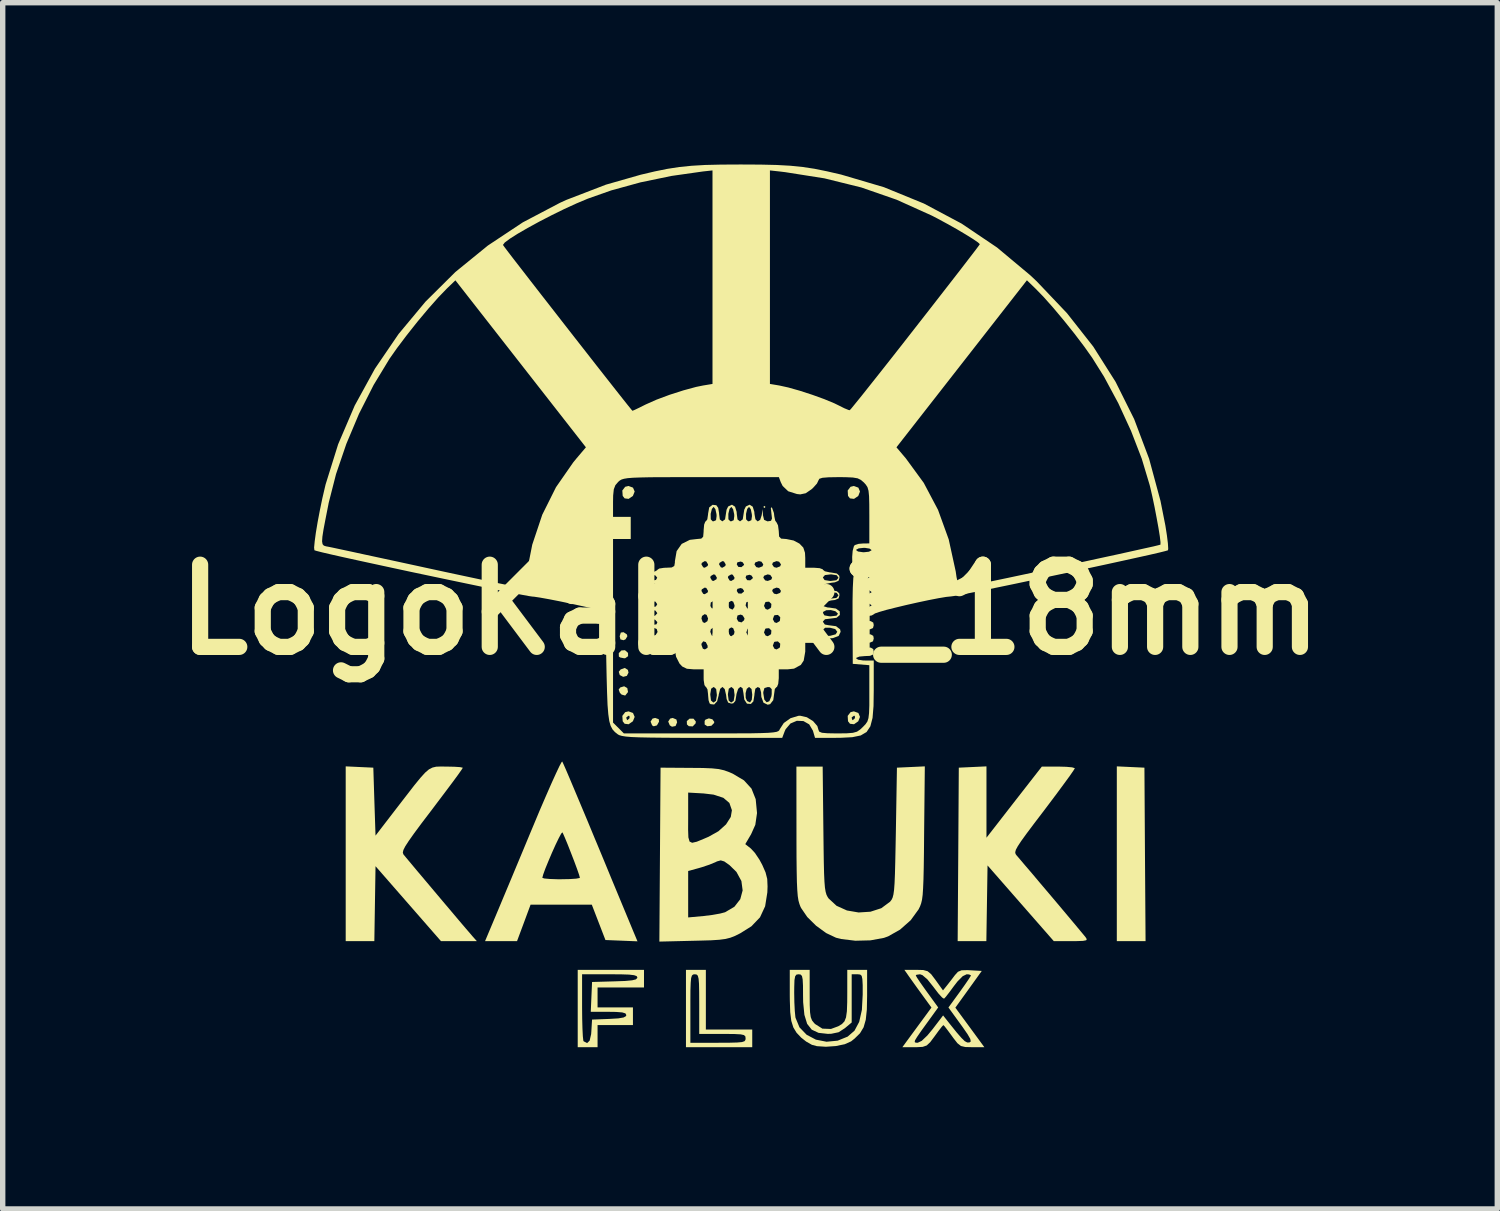
<source format=kicad_pcb>
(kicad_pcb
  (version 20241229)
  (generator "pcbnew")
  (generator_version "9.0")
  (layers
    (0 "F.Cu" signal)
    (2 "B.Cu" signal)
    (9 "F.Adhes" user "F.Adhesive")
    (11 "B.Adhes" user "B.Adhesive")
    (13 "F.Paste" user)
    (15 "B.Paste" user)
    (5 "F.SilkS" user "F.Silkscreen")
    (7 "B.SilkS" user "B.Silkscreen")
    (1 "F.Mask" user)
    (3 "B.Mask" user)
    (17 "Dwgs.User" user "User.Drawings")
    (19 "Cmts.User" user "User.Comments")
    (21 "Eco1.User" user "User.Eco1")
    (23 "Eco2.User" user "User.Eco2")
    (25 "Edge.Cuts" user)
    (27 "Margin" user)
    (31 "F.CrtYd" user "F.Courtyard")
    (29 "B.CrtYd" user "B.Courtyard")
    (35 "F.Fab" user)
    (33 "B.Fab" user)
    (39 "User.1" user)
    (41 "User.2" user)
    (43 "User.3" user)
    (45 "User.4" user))
  (footprint "LogoKabuki_18mm"
    (layer "F.Cu")
    (at 10.857 8.255)
    (property "Reference" "LogoKabuki_18mm" (at 0 0 0) (layer "F.SilkS") (effects (font (size 1.524 1.524) (thickness 0.3))))
    (attr board_only exclude_from_pos_files exclude_from_bom)
    (fp_poly (pts (xy 0.287 -1.905) (xy 0.266 -1.885) (xy 0.246 -1.905) (xy 0.266 -1.925)) (stroke (width 0) (type solid)) (fill yes) (layer "F.SilkS"))
    (fp_poly (pts (xy 7.057 2.917) (xy 7.313 2.929) (xy 7.323 4.537) (xy 7.334 6.145) (xy 6.801 6.145) (xy 6.801 2.905)) (stroke (width 0) (type solid)) (fill yes) (layer "F.SilkS"))
    (fp_poly (pts (xy -2.284 0.458) (xy -2.274 0.492) (xy -2.308 0.549) (xy -2.345 0.566) (xy -2.403 0.551) (xy -2.417 0.492) (xy -2.396 0.424) (xy -2.345 0.417)) (stroke (width 0) (type solid)) (fill yes) (layer "F.SilkS"))
    (fp_poly (pts (xy -2.265 1.116) (xy -2.253 1.166) (xy -2.284 1.227) (xy -2.352 1.245) (xy -2.415 1.212) (xy -2.434 1.151) (xy -2.399 1.108) (xy -2.322 1.08)) (stroke (width 0) (type solid)) (fill yes) (layer "F.SilkS"))
    (fp_poly (pts (xy -1.693 2.03) (xy -1.687 2.076) (xy -1.726 2.145) (xy -1.786 2.162) (xy -1.815 2.145) (xy -1.844 2.075) (xy -1.808 2.019) (xy -1.759 2.007)) (stroke (width 0) (type solid)) (fill yes) (layer "F.SilkS"))
    (fp_poly (pts (xy -1.365 2.036) (xy -1.352 2.089) (xy -1.381 2.157) (xy -1.447 2.17) (xy -1.488 2.144) (xy -1.517 2.074) (xy -1.481 2.019) (xy -1.434 2.007)) (stroke (width 0) (type solid)) (fill yes) (layer "F.SilkS"))
    (fp_poly (pts (xy -1.005 2.073) (xy -1.009 2.108) (xy -1.063 2.164) (xy -1.135 2.16) (xy -1.17 2.127) (xy -1.172 2.065) (xy -1.122 2.021) (xy -1.048 2.021)) (stroke (width 0) (type solid)) (fill yes) (layer "F.SilkS"))
    (fp_poly (pts (xy -2.276 1.453) (xy -2.263 1.521) (xy -2.266 1.532) (xy -2.315 1.592) (xy -2.381 1.574) (xy -2.413 1.542) (xy -2.436 1.481) (xy -2.406 1.442) (xy -2.334 1.42)) (stroke (width 0) (type solid)) (fill yes) (layer "F.SilkS"))
    (fp_poly (pts (xy -2.262 0.801) (xy -2.261 0.862) (xy -2.313 0.899) (xy -2.333 0.901) (xy -2.408 0.886) (xy -2.432 0.869) (xy -2.434 0.806) (xy -2.386 0.756) (xy -2.319 0.751)) (stroke (width 0) (type solid)) (fill yes) (layer "F.SilkS"))
    (fp_poly (pts (xy -2.17 -2.263) (xy -2.139 -2.191) (xy -2.172 -2.109) (xy -2.251 -2.055) (xy -2.325 -2.064) (xy -2.361 -2.11) (xy -2.368 -2.21) (xy -2.315 -2.279) (xy -2.253 -2.294)) (stroke (width 0) (type solid)) (fill yes) (layer "F.SilkS"))
    (fp_poly (pts (xy -0.697 2.033) (xy -0.663 2.08) (xy -0.666 2.1) (xy -0.716 2.152) (xy -0.791 2.161) (xy -0.841 2.129) (xy -0.842 2.063) (xy -0.827 2.039) (xy -0.763 2.015)) (stroke (width 0) (type solid)) (fill yes) (layer "F.SilkS"))
    (fp_poly (pts (xy 2.009 -2.263) (xy 2.039 -2.191) (xy 2.007 -2.109) (xy 1.928 -2.055) (xy 1.853 -2.064) (xy 1.817 -2.11) (xy 1.811 -2.21) (xy 1.864 -2.279) (xy 1.925 -2.294)) (stroke (width 0) (type solid)) (fill yes) (layer "F.SilkS"))
    (fp_poly (pts (xy -2.17 1.915) (xy -2.139 1.988) (xy -2.172 2.069) (xy -2.251 2.124) (xy -2.325 2.115) (xy -2.361 2.069) (xy -2.365 2.007) (xy -2.294 2.007) (xy -2.28 2.047) (xy -2.276 2.048) (xy -2.241 2.02) (xy -2.233 2.007) (xy -2.236 1.97) (xy -2.251 1.966) (xy -2.293 1.996) (xy -2.294 2.007) (xy -2.365 2.007) (xy -2.368 1.969) (xy -2.315 1.9) (xy -2.253 1.885)) (stroke (width 0) (type solid)) (fill yes) (layer "F.SilkS"))
    (fp_poly (pts (xy 2.009 1.915) (xy 2.039 1.988) (xy 2.007 2.069) (xy 1.928 2.124) (xy 1.853 2.115) (xy 1.817 2.069) (xy 1.813 2.007) (xy 1.885 2.007) (xy 1.898 2.047) (xy 1.903 2.048) (xy 1.938 2.02) (xy 1.946 2.007) (xy 1.943 1.97) (xy 1.928 1.966) (xy 1.886 1.996) (xy 1.885 2.007) (xy 1.813 2.007) (xy 1.811 1.969) (xy 1.864 1.9) (xy 1.925 1.885)) (stroke (width 0) (type solid)) (fill yes) (layer "F.SilkS"))
    (fp_poly (pts (xy -0.819 7.784) (xy 0.041 7.784) (xy 0.041 8.112) (xy -1.188 8.112) (xy -1.188 8.03) (xy -1.106 8.03) (xy -0.594 8.03) (xy -0.382 8.029) (xy -0.238 8.025) (xy -0.149 8.017) (xy -0.102 8.001) (xy -0.085 7.976) (xy -0.082 7.948) (xy -0.087 7.911) (xy -0.113 7.887) (xy -0.174 7.874) (xy -0.284 7.868) (xy -0.458 7.866) (xy -0.512 7.866) (xy -0.942 7.866) (xy -0.942 7.313) (xy -0.943 7.091) (xy -0.946 6.937) (xy -0.954 6.841) (xy -0.968 6.787) (xy -0.99 6.765) (xy -1.023 6.76) (xy -1.024 6.76) (xy -1.055 6.764) (xy -1.077 6.783) (xy -1.092 6.831) (xy -1.1 6.918) (xy -1.105 7.057) (xy -1.106 7.26) (xy -1.106 7.395) (xy -1.106 8.03) (xy -1.188 8.03) (xy -1.188 6.678) (xy -0.819 6.678)) (stroke (width 0) (type solid)) (fill yes) (layer "F.SilkS"))
    (fp_poly (pts (xy -1.966 7.005) (xy -2.827 7.005) (xy -2.827 7.374) (xy -2.171 7.374) (xy -2.171 7.702) (xy -2.827 7.702) (xy -2.827 8.112) (xy -3.195 8.112) (xy -3.195 7.367) (xy -3.114 7.367) (xy -3.112 7.583) (xy -3.107 7.768) (xy -3.1 7.909) (xy -3.091 7.99) (xy -3.086 8.002) (xy -3.021 8.036) (xy -2.974 7.991) (xy -2.946 7.87) (xy -2.942 7.815) (xy -2.929 7.6) (xy -2.612 7.588) (xy -2.444 7.578) (xy -2.344 7.561) (xy -2.3 7.536) (xy -2.294 7.516) (xy -2.311 7.485) (xy -2.371 7.467) (xy -2.487 7.458) (xy -2.624 7.456) (xy -2.953 7.456) (xy -2.941 7.18) (xy -2.929 6.903) (xy -2.509 6.891) (xy -2.314 6.884) (xy -2.187 6.872) (xy -2.117 6.855) (xy -2.091 6.829) (xy -2.089 6.82) (xy -2.102 6.794) (xy -2.15 6.777) (xy -2.243 6.766) (xy -2.395 6.761) (xy -2.601 6.76) (xy -3.114 6.76) (xy -3.114 7.367) (xy -3.195 7.367) (xy -3.195 6.678) (xy -1.966 6.678)) (stroke (width 0) (type solid)) (fill yes) (layer "F.SilkS"))
    (fp_poly (pts (xy 4.384 4.228) (xy 4.897 3.568) (xy 5.411 2.909) (xy 5.717 2.909) (xy 5.863 2.913) (xy 5.971 2.923) (xy 6.021 2.938) (xy 6.022 2.941) (xy 5.998 2.981) (xy 5.932 3.077) (xy 5.829 3.218) (xy 5.697 3.397) (xy 5.544 3.601) (xy 5.449 3.727) (xy 5.266 3.967) (xy 5.128 4.151) (xy 5.029 4.288) (xy 4.965 4.385) (xy 4.929 4.452) (xy 4.917 4.498) (xy 4.924 4.53) (xy 4.945 4.559) (xy 4.951 4.565) (xy 5.004 4.627) (xy 5.098 4.738) (xy 5.225 4.886) (xy 5.373 5.062) (xy 5.535 5.253) (xy 5.699 5.447) (xy 5.856 5.634) (xy 5.997 5.802) (xy 6.112 5.94) (xy 6.191 6.035) (xy 6.222 6.073) (xy 6.244 6.109) (xy 6.232 6.13) (xy 6.173 6.141) (xy 6.054 6.145) (xy 5.955 6.145) (xy 5.632 6.145) (xy 5.018 5.444) (xy 4.404 4.742) (xy 4.393 5.444) (xy 4.382 6.145) (xy 3.85 6.145) (xy 3.861 4.537) (xy 3.871 2.929) (xy 4.128 2.917) (xy 4.384 2.905)) (stroke (width 0) (type solid)) (fill yes) (layer "F.SilkS"))
    (fp_poly (pts (xy -7.241 2.917) (xy -6.985 2.929) (xy -6.965 3.559) (xy -6.944 4.189) (xy -6.555 3.683) (xy -6.368 3.441) (xy -6.224 3.255) (xy -6.112 3.118) (xy -6.025 3.022) (xy -5.954 2.961) (xy -5.888 2.927) (xy -5.82 2.911) (xy -5.741 2.908) (xy -5.64 2.909) (xy -5.629 2.909) (xy -5.483 2.912) (xy -5.376 2.919) (xy -5.327 2.93) (xy -5.326 2.932) (xy -5.35 2.97) (xy -5.416 3.064) (xy -5.519 3.204) (xy -5.651 3.38) (xy -5.805 3.584) (xy -5.902 3.713) (xy -6.088 3.957) (xy -6.228 4.146) (xy -6.327 4.286) (xy -6.392 4.386) (xy -6.427 4.455) (xy -6.438 4.502) (xy -6.429 4.533) (xy -6.425 4.539) (xy -6.38 4.594) (xy -6.292 4.699) (xy -6.171 4.844) (xy -6.025 5.017) (xy -5.865 5.207) (xy -5.7 5.403) (xy -5.54 5.592) (xy -5.395 5.764) (xy -5.274 5.906) (xy -5.186 6.008) (xy -5.148 6.053) (xy -5.066 6.145) (xy -5.731 6.145) (xy -6.337 5.451) (xy -6.944 4.756) (xy -6.966 6.145) (xy -7.497 6.145) (xy -7.497 2.905)) (stroke (width 0) (type solid)) (fill yes) (layer "F.SilkS"))
    (fp_poly (pts (xy 3.228 4.146) (xy 3.225 4.499) (xy 3.221 4.779) (xy 3.216 4.998) (xy 3.209 5.164) (xy 3.201 5.287) (xy 3.189 5.378) (xy 3.173 5.445) (xy 3.153 5.5) (xy 3.128 5.551) (xy 3.125 5.557) (xy 2.979 5.758) (xy 2.782 5.932) (xy 2.561 6.057) (xy 2.483 6.085) (xy 2.233 6.131) (xy 1.953 6.138) (xy 1.688 6.106) (xy 1.594 6.082) (xy 1.412 5.996) (xy 1.225 5.86) (xy 1.061 5.698) (xy 0.947 5.531) (xy 0.937 5.512) (xy 0.916 5.457) (xy 0.898 5.393) (xy 0.885 5.31) (xy 0.876 5.197) (xy 0.869 5.046) (xy 0.865 4.845) (xy 0.862 4.586) (xy 0.861 4.259) (xy 0.861 4.128) (xy 0.86 2.909) (xy 1.347 2.909) (xy 1.36 4.073) (xy 1.364 4.414) (xy 1.368 4.683) (xy 1.373 4.889) (xy 1.38 5.043) (xy 1.389 5.153) (xy 1.402 5.231) (xy 1.418 5.286) (xy 1.439 5.327) (xy 1.457 5.354) (xy 1.604 5.49) (xy 1.797 5.577) (xy 2.013 5.614) (xy 2.233 5.6) (xy 2.434 5.535) (xy 2.595 5.416) (xy 2.601 5.409) (xy 2.625 5.378) (xy 2.644 5.338) (xy 2.659 5.28) (xy 2.671 5.194) (xy 2.68 5.071) (xy 2.687 4.901) (xy 2.693 4.675) (xy 2.699 4.383) (xy 2.704 4.123) (xy 2.724 2.929) (xy 2.983 2.917) (xy 3.241 2.905)) (stroke (width 0) (type solid)) (fill yes) (layer "F.SilkS"))
    (fp_poly (pts (xy -3.461 2.859) (xy -3.412 2.97) (xy -3.339 3.141) (xy -3.246 3.362) (xy -3.135 3.626) (xy -3.01 3.924) (xy -2.876 4.248) (xy -2.836 4.343) (xy -2.697 4.678) (xy -2.566 4.996) (xy -2.446 5.285) (xy -2.341 5.538) (xy -2.255 5.745) (xy -2.192 5.897) (xy -2.156 5.984) (xy -2.152 5.993) (xy -2.087 6.149) (xy -2.384 6.137) (xy -2.681 6.125) (xy -2.934 5.469) (xy -4.069 5.469) (xy -4.194 5.807) (xy -4.32 6.145) (xy -4.913 6.145) (xy -4.728 5.705) (xy -4.665 5.555) (xy -4.577 5.344) (xy -4.468 5.084) (xy -4.421 4.972) (xy -3.851 4.972) (xy -3.813 4.984) (xy -3.712 4.993) (xy -3.567 4.998) (xy -3.503 4.998) (xy -3.345 4.995) (xy -3.225 4.987) (xy -3.16 4.975) (xy -3.155 4.969) (xy -3.169 4.917) (xy -3.206 4.81) (xy -3.259 4.667) (xy -3.32 4.509) (xy -3.38 4.356) (xy -3.433 4.228) (xy -3.469 4.146) (xy -3.48 4.128) (xy -3.502 4.153) (xy -3.547 4.237) (xy -3.607 4.361) (xy -3.673 4.508) (xy -3.738 4.661) (xy -3.795 4.8) (xy -3.835 4.91) (xy -3.851 4.971) (xy -3.851 4.972) (xy -4.421 4.972) (xy -4.345 4.789) (xy -4.213 4.473) (xy -4.078 4.148) (xy -4.026 4.024) (xy -3.902 3.727) (xy -3.786 3.458) (xy -3.684 3.225) (xy -3.598 3.036) (xy -3.534 2.9) (xy -3.494 2.826) (xy -3.482 2.815)) (stroke (width 0) (type solid)) (fill yes) (layer "F.SilkS"))
    (fp_poly (pts (xy -1.104 2.933) (xy -0.873 2.935) (xy -0.705 2.942) (xy -0.58 2.955) (xy -0.48 2.978) (xy -0.386 3.012) (xy -0.322 3.04) (xy -0.113 3.164) (xy 0.027 3.317) (xy 0.105 3.513) (xy 0.129 3.763) (xy 0.129 3.775) (xy 0.098 3.989) (xy 0.02 4.163) (xy -0.088 4.347) (xy 0.015 4.428) (xy 0.09 4.509) (xy 0.174 4.634) (xy 0.227 4.732) (xy 0.288 4.871) (xy 0.319 4.992) (xy 0.325 5.132) (xy 0.321 5.242) (xy 0.28 5.499) (xy 0.185 5.704) (xy 0.025 5.871) (xy -0.183 6.001) (xy -0.279 6.049) (xy -0.364 6.082) (xy -0.455 6.105) (xy -0.568 6.12) (xy -0.721 6.13) (xy -0.931 6.136) (xy -1.052 6.139) (xy -1.681 6.154) (xy -1.678 5.706) (xy -1.147 5.706) (xy -0.863 5.68) (xy -0.7 5.66) (xy -0.554 5.634) (xy -0.463 5.61) (xy -0.29 5.508) (xy -0.181 5.368) (xy -0.137 5.205) (xy -0.16 5.031) (xy -0.252 4.862) (xy -0.382 4.735) (xy -0.477 4.668) (xy -0.543 4.648) (xy -0.612 4.667) (xy -0.642 4.682) (xy -0.754 4.728) (xy -0.898 4.776) (xy -0.953 4.792) (xy -1.147 4.845) (xy -1.147 5.706) (xy -1.678 5.706) (xy -1.67 4.542) (xy -1.667 4.082) (xy -1.148 4.082) (xy -1.143 4.222) (xy -1.121 4.299) (xy -1.073 4.322) (xy -0.987 4.302) (xy -0.854 4.247) (xy -0.768 4.21) (xy -0.586 4.108) (xy -0.445 3.981) (xy -0.357 3.843) (xy -0.336 3.718) (xy -0.383 3.583) (xy -0.495 3.488) (xy -0.676 3.429) (xy -0.862 3.407) (xy -1.147 3.391) (xy -1.147 3.87) (xy -1.148 4.082) (xy -1.667 4.082) (xy -1.659 2.929)) (stroke (width 0) (type solid)) (fill yes) (layer "F.SilkS"))
    (fp_poly (pts (xy 1.106 7.13) (xy 1.107 7.33) (xy 1.113 7.466) (xy 1.126 7.555) (xy 1.15 7.616) (xy 1.189 7.665) (xy 1.207 7.683) (xy 1.342 7.768) (xy 1.5 7.774) (xy 1.636 7.724) (xy 1.704 7.683) (xy 1.751 7.633) (xy 1.78 7.559) (xy 1.796 7.446) (xy 1.802 7.278) (xy 1.803 7.105) (xy 1.803 6.678) (xy 2.171 6.678) (xy 2.171 7.163) (xy 2.166 7.415) (xy 2.146 7.603) (xy 2.106 7.743) (xy 2.039 7.854) (xy 1.938 7.953) (xy 1.874 8.004) (xy 1.756 8.057) (xy 1.59 8.091) (xy 1.407 8.104) (xy 1.24 8.093) (xy 1.147 8.068) (xy 1.04 8.007) (xy 0.949 7.935) (xy 0.862 7.843) (xy 0.803 7.745) (xy 0.765 7.624) (xy 0.745 7.461) (xy 0.738 7.24) (xy 0.737 7.151) (xy 0.737 7.103) (xy 0.819 7.103) (xy 0.822 7.279) (xy 0.83 7.439) (xy 0.841 7.552) (xy 0.844 7.568) (xy 0.917 7.744) (xy 1.049 7.881) (xy 1.221 7.972) (xy 1.419 8.011) (xy 1.625 7.991) (xy 1.81 7.916) (xy 1.937 7.806) (xy 2.024 7.643) (xy 2.074 7.421) (xy 2.089 7.136) (xy 2.089 6.959) (xy 2.083 6.849) (xy 2.07 6.789) (xy 2.043 6.765) (xy 1.999 6.76) (xy 1.987 6.76) (xy 1.885 6.76) (xy 1.885 7.654) (xy 1.758 7.76) (xy 1.642 7.835) (xy 1.507 7.863) (xy 1.441 7.865) (xy 1.27 7.846) (xy 1.144 7.787) (xy 1.059 7.679) (xy 1.008 7.512) (xy 0.985 7.278) (xy 0.983 7.152) (xy 0.982 6.97) (xy 0.976 6.855) (xy 0.963 6.792) (xy 0.938 6.765) (xy 0.901 6.76) (xy 0.861 6.766) (xy 0.837 6.797) (xy 0.824 6.867) (xy 0.82 6.994) (xy 0.819 7.103) (xy 0.737 7.103) (xy 0.737 6.678) (xy 1.106 6.678)) (stroke (width 0) (type solid)) (fill yes) (layer "F.SilkS"))
    (fp_poly (pts (xy 3.211 6.681) (xy 3.292 6.703) (xy 3.358 6.758) (xy 3.439 6.865) (xy 3.441 6.868) (xy 3.578 7.059) (xy 3.652 6.967) (xy 3.734 6.862) (xy 3.8 6.775) (xy 3.855 6.714) (xy 3.923 6.686) (xy 4.034 6.683) (xy 4.085 6.686) (xy 4.297 6.698) (xy 4.052 7.039) (xy 3.807 7.379) (xy 4.076 7.745) (xy 4.345 8.112) (xy 4.118 8.112) (xy 3.992 8.109) (xy 3.911 8.09) (xy 3.846 8.039) (xy 3.77 7.942) (xy 3.745 7.907) (xy 3.666 7.8) (xy 3.608 7.725) (xy 3.585 7.702) (xy 3.556 7.732) (xy 3.494 7.812) (xy 3.425 7.907) (xy 3.341 8.019) (xy 3.276 8.08) (xy 3.202 8.106) (xy 3.09 8.112) (xy 3.051 8.112) (xy 2.825 8.112) (xy 2.894 8.017) (xy 3.053 8.017) (xy 3.072 8.028) (xy 3.109 8.03) (xy 3.183 7.995) (xy 3.288 7.895) (xy 3.386 7.777) (xy 3.58 7.523) (xy 3.705 7.681) (xy 3.832 7.839) (xy 3.921 7.941) (xy 3.981 8) (xy 4.026 8.024) (xy 4.065 8.025) (xy 4.068 8.024) (xy 4.093 8.006) (xy 4.084 7.959) (xy 4.036 7.875) (xy 3.943 7.74) (xy 3.909 7.693) (xy 3.679 7.376) (xy 3.888 7.089) (xy 3.982 6.957) (xy 4.054 6.852) (xy 4.093 6.79) (xy 4.097 6.781) (xy 4.062 6.763) (xy 4.017 6.76) (xy 3.944 6.795) (xy 3.847 6.893) (xy 3.782 6.977) (xy 3.697 7.092) (xy 3.631 7.177) (xy 3.597 7.213) (xy 3.562 7.191) (xy 3.494 7.117) (xy 3.409 7.006) (xy 3.401 6.995) (xy 3.289 6.855) (xy 3.197 6.776) (xy 3.152 6.76) (xy 3.087 6.769) (xy 3.073 6.781) (xy 3.095 6.821) (xy 3.155 6.911) (xy 3.242 7.034) (xy 3.281 7.088) (xy 3.489 7.375) (xy 3.291 7.649) (xy 3.173 7.812) (xy 3.098 7.921) (xy 3.059 7.985) (xy 3.053 8.017) (xy 2.894 8.017) (xy 3.364 7.377) (xy 3.206 7.16) (xy 3.106 7.022) (xy 3.01 6.888) (xy 2.955 6.811) (xy 2.862 6.678) (xy 3.083 6.678)) (stroke (width 0) (type solid)) (fill yes) (layer "F.SilkS"))
    (fp_poly (pts (xy 0.197 -8.253) (xy 0.495 -8.246) (xy 0.747 -8.232) (xy 0.974 -8.209) (xy 1.194 -8.176) (xy 1.425 -8.129) (xy 1.686 -8.069) (xy 1.7 -8.065) (xy 2.483 -7.834) (xy 3.224 -7.531) (xy 3.923 -7.159) (xy 4.58 -6.716) (xy 5.194 -6.203) (xy 5.316 -6.088) (xy 5.877 -5.498) (xy 6.364 -4.879) (xy 6.778 -4.225) (xy 7.123 -3.533) (xy 7.4 -2.798) (xy 7.611 -2.017) (xy 7.702 -1.557) (xy 7.73 -1.378) (xy 7.748 -1.231) (xy 7.754 -1.133) (xy 7.75 -1.102) (xy 7.704 -1.088) (xy 7.588 -1.059) (xy 7.411 -1.018) (xy 7.181 -0.967) (xy 6.909 -0.907) (xy 6.603 -0.84) (xy 6.273 -0.769) (xy 5.929 -0.695) (xy 5.58 -0.621) (xy 5.234 -0.548) (xy 4.903 -0.478) (xy 4.594 -0.414) (xy 4.318 -0.358) (xy 4.083 -0.311) (xy 3.9 -0.275) (xy 3.777 -0.253) (xy 3.725 -0.246) (xy 3.637 -0.237) (xy 3.494 -0.213) (xy 3.314 -0.178) (xy 3.111 -0.135) (xy 2.902 -0.088) (xy 2.702 -0.04) (xy 2.527 0.004) (xy 2.393 0.043) (xy 2.315 0.07) (xy 2.302 0.08) (xy 2.256 0.107) (xy 2.159 0.122) (xy 2.127 0.123) (xy 2.026 0.132) (xy 1.97 0.155) (xy 1.966 0.164) (xy 2.003 0.19) (xy 2.094 0.204) (xy 2.13 0.205) (xy 2.238 0.212) (xy 2.285 0.239) (xy 2.294 0.287) (xy 2.28 0.34) (xy 2.225 0.364) (xy 2.13 0.369) (xy 2.028 0.378) (xy 1.971 0.4) (xy 1.966 0.41) (xy 2.003 0.435) (xy 2.094 0.45) (xy 2.13 0.451) (xy 2.238 0.458) (xy 2.285 0.485) (xy 2.294 0.533) (xy 2.28 0.586) (xy 2.225 0.61) (xy 2.13 0.615) (xy 2.028 0.624) (xy 1.971 0.646) (xy 1.966 0.655) (xy 2.003 0.681) (xy 2.094 0.695) (xy 2.13 0.696) (xy 2.238 0.703) (xy 2.285 0.731) (xy 2.294 0.778) (xy 2.28 0.832) (xy 2.225 0.856) (xy 2.13 0.86) (xy 2.028 0.869) (xy 1.971 0.892) (xy 1.966 0.901) (xy 2.003 0.927) (xy 2.094 0.941) (xy 2.13 0.942) (xy 2.294 0.942) (xy 2.294 1.497) (xy 2.29 1.787) (xy 2.272 2.006) (xy 2.231 2.163) (xy 2.161 2.268) (xy 2.052 2.332) (xy 1.896 2.364) (xy 1.686 2.375) (xy 1.584 2.376) (xy 1.205 2.376) (xy 1.166 2.243) (xy 1.097 2.126) (xy 0.99 2.065) (xy 0.868 2.06) (xy 0.75 2.11) (xy 0.66 2.216) (xy 0.643 2.254) (xy 0.597 2.376) (xy -0.881 2.376) (xy -1.276 2.376) (xy -1.597 2.374) (xy -1.852 2.371) (xy -2.05 2.367) (xy -2.198 2.361) (xy -2.304 2.352) (xy -2.377 2.34) (xy -2.425 2.326) (xy -2.449 2.313) (xy -2.505 2.269) (xy -2.55 2.219) (xy -2.584 2.154) (xy -2.602 2.093) (xy -2.54 2.093) (xy -2.339 2.294) (xy -0.906 2.294) (xy -0.526 2.294) (xy -0.219 2.293) (xy 0.022 2.292) (xy 0.205 2.288) (xy 0.339 2.283) (xy 0.432 2.275) (xy 0.492 2.265) (xy 0.526 2.251) (xy 0.544 2.234) (xy 0.553 2.213) (xy 0.626 2.101) (xy 0.751 2.012) (xy 0.896 1.968) (xy 0.929 1.966) (xy 1.053 1.994) (xy 1.168 2.065) (xy 1.248 2.157) (xy 1.27 2.231) (xy 1.284 2.262) (xy 1.334 2.282) (xy 1.435 2.291) (xy 1.603 2.294) (xy 1.621 2.294) (xy 1.794 2.292) (xy 1.907 2.283) (xy 1.983 2.262) (xy 2.043 2.221) (xy 2.093 2.174) (xy 2.142 2.123) (xy 2.176 2.073) (xy 2.196 2.01) (xy 2.207 1.916) (xy 2.212 1.775) (xy 2.212 1.571) (xy 2.212 1.542) (xy 2.212 1.029) (xy 1.905 1.004) (xy 1.901 0.164) (xy 1.901 -0.082) (xy 1.966 -0.082) (xy 2.002 -0.055) (xy 2.091 -0.041) (xy 2.11 -0.041) (xy 2.205 -0.051) (xy 2.252 -0.077) (xy 2.253 -0.082) (xy 2.217 -0.109) (xy 2.129 -0.123) (xy 2.11 -0.123) (xy 2.015 -0.113) (xy 1.968 -0.087) (xy 1.966 -0.082) (xy 1.901 -0.082) (xy 1.901 -0.164) (xy 1.904 -0.328) (xy 1.966 -0.328) (xy 2.002 -0.301) (xy 2.091 -0.287) (xy 2.11 -0.287) (xy 2.205 -0.297) (xy 2.252 -0.322) (xy 2.253 -0.328) (xy 2.217 -0.355) (xy 2.129 -0.368) (xy 2.11 -0.369) (xy 2.015 -0.358) (xy 1.968 -0.333) (xy 1.966 -0.328) (xy 1.904 -0.328) (xy 1.906 -0.413) (xy 1.915 -0.585) (xy 1.916 -0.592) (xy 2.016 -0.592) (xy 2.065 -0.585) (xy 2.11 -0.584) (xy 2.194 -0.587) (xy 2.216 -0.596) (xy 2.202 -0.602) (xy 2.104 -0.609) (xy 2.039 -0.603) (xy 2.016 -0.592) (xy 1.916 -0.592) (xy 1.93 -0.682) (xy 1.942 -0.706) (xy 1.963 -0.732) (xy 1.938 -0.737) (xy 1.911 -0.773) (xy 1.9 -0.838) (xy 2.016 -0.838) (xy 2.065 -0.831) (xy 2.11 -0.83) (xy 2.194 -0.833) (xy 2.216 -0.842) (xy 2.202 -0.848) (xy 2.104 -0.855) (xy 2.039 -0.848) (xy 2.016 -0.838) (xy 1.9 -0.838) (xy 1.896 -0.863) (xy 1.894 -0.978) (xy 1.903 -1.091) (xy 1.907 -1.106) (xy 1.966 -1.106) (xy 2.002 -1.079) (xy 2.091 -1.066) (xy 2.11 -1.065) (xy 2.205 -1.075) (xy 2.252 -1.101) (xy 2.253 -1.106) (xy 2.217 -1.133) (xy 2.129 -1.147) (xy 2.11 -1.147) (xy 2.015 -1.137) (xy 1.968 -1.112) (xy 1.966 -1.106) (xy 1.907 -1.106) (xy 1.925 -1.174) (xy 1.942 -1.198) (xy 2.014 -1.221) (xy 2.1 -1.228) (xy 2.212 -1.229) (xy 2.212 -1.743) (xy 2.211 -1.958) (xy 2.207 -2.106) (xy 2.197 -2.205) (xy 2.178 -2.271) (xy 2.147 -2.319) (xy 2.112 -2.358) (xy 2.056 -2.406) (xy 1.995 -2.436) (xy 1.906 -2.451) (xy 1.77 -2.457) (xy 1.641 -2.458) (xy 1.458 -2.455) (xy 1.344 -2.446) (xy 1.286 -2.428) (xy 1.27 -2.4) (xy 1.241 -2.339) (xy 1.168 -2.258) (xy 1.139 -2.232) (xy 1.032 -2.159) (xy 0.931 -2.138) (xy 0.869 -2.145) (xy 0.708 -2.196) (xy 0.605 -2.294) (xy 0.57 -2.364) (xy 0.535 -2.458) (xy -0.908 -2.458) (xy -1.29 -2.458) (xy -1.598 -2.457) (xy -1.841 -2.456) (xy -2.028 -2.452) (xy -2.167 -2.447) (xy -2.267 -2.439) (xy -2.335 -2.428) (xy -2.382 -2.414) (xy -2.414 -2.396) (xy -2.441 -2.373) (xy -2.445 -2.369) (xy -2.497 -2.308) (xy -2.526 -2.232) (xy -2.538 -2.117) (xy -2.54 -2) (xy -2.54 -1.721) (xy -2.212 -1.721) (xy -2.212 -1.311) (xy -2.54 -1.311) (xy -2.54 2.093) (xy -2.602 2.093) (xy -2.61 2.063) (xy -2.628 1.937) (xy -2.642 1.764) (xy -2.651 1.535) (xy -2.659 1.24) (xy -2.663 1.048) (xy -2.683 0.027) (xy -3.298 -0.107) (xy -3.521 -0.154) (xy -3.725 -0.194) (xy -3.892 -0.224) (xy -4.004 -0.241) (xy -4.033 -0.243) (xy -4.096 -0.252) (xy -4.227 -0.276) (xy -4.418 -0.313) (xy -4.659 -0.361) (xy -4.941 -0.419) (xy -5.253 -0.484) (xy -5.588 -0.554) (xy -5.935 -0.627) (xy -6.286 -0.701) (xy -6.63 -0.775) (xy -6.958 -0.846) (xy -7.262 -0.912) (xy -7.531 -0.971) (xy -7.757 -1.022) (xy -7.929 -1.062) (xy -8.039 -1.09) (xy -8.077 -1.102) (xy -8.083 -1.152) (xy -8.072 -1.266) (xy -8.072 -1.267) (xy -7.935 -1.267) (xy -7.926 -1.215) (xy -7.902 -1.188) (xy -7.862 -1.175) (xy -7.818 -1.167) (xy -7.749 -1.153) (xy -7.609 -1.123) (xy -7.408 -1.08) (xy -7.155 -1.025) (xy -6.858 -0.961) (xy -6.528 -0.89) (xy -6.173 -0.813) (xy -6.022 -0.78) (xy -5.662 -0.702) (xy -5.325 -0.63) (xy -5.019 -0.565) (xy -4.754 -0.509) (xy -4.538 -0.465) (xy -4.38 -0.433) (xy -4.29 -0.416) (xy -4.273 -0.414) (xy -4.217 -0.423) (xy -4.184 -0.47) (xy -4.161 -0.574) (xy -4.157 -0.604) (xy -4.038 -1.206) (xy -3.852 -1.762) (xy -3.598 -2.271) (xy -3.277 -2.733) (xy -3.217 -2.806) (xy -3.043 -3.011) (xy 2.715 -3.011) (xy 2.889 -2.806) (xy 3.221 -2.352) (xy 3.486 -1.851) (xy 3.684 -1.304) (xy 3.814 -0.709) (xy 3.829 -0.604) (xy 3.854 -0.491) (xy 3.885 -0.421) (xy 3.902 -0.41) (xy 3.95 -0.418) (xy 4.071 -0.442) (xy 4.255 -0.48) (xy 4.494 -0.53) (xy 4.781 -0.59) (xy 5.106 -0.659) (xy 5.463 -0.735) (xy 5.772 -0.801) (xy 6.147 -0.881) (xy 6.496 -0.957) (xy 6.811 -1.025) (xy 7.086 -1.086) (xy 7.311 -1.136) (xy 7.479 -1.173) (xy 7.581 -1.198) (xy 7.61 -1.206) (xy 7.611 -1.252) (xy 7.598 -1.362) (xy 7.573 -1.518) (xy 7.539 -1.704) (xy 7.501 -1.903) (xy 7.46 -2.098) (xy 7.42 -2.273) (xy 7.409 -2.315) (xy 7.263 -2.801) (xy 7.065 -3.314) (xy 6.828 -3.829) (xy 6.564 -4.32) (xy 6.345 -4.67) (xy 6.197 -4.879) (xy 6.018 -5.115) (xy 5.821 -5.361) (xy 5.624 -5.596) (xy 5.442 -5.801) (xy 5.295 -5.952) (xy 5.134 -6.108) (xy 2.715 -3.011) (xy -3.043 -3.011) (xy -5.463 -6.107) (xy -5.624 -5.952) (xy -5.779 -5.791) (xy -5.965 -5.581) (xy -6.165 -5.342) (xy -6.364 -5.091) (xy -6.546 -4.85) (xy -6.685 -4.652) (xy -6.979 -4.167) (xy -7.25 -3.633) (xy -7.485 -3.075) (xy -7.676 -2.515) (xy -7.813 -1.979) (xy -7.819 -1.946) (xy -7.871 -1.683) (xy -7.908 -1.49) (xy -7.929 -1.355) (xy -7.935 -1.267) (xy -8.072 -1.267) (xy -8.05 -1.43) (xy -8.017 -1.627) (xy -7.976 -1.843) (xy -7.931 -2.061) (xy -7.883 -2.267) (xy -7.87 -2.322) (xy -7.637 -3.068) (xy -7.33 -3.785) (xy -6.955 -4.469) (xy -6.516 -5.113) (xy -6.017 -5.712) (xy -5.464 -6.261) (xy -4.861 -6.752) (xy -4.843 -6.764) (xy -4.581 -6.764) (xy -4.58 -6.762) (xy -4.553 -6.724) (xy -4.482 -6.63) (xy -4.373 -6.488) (xy -4.231 -6.305) (xy -4.063 -6.088) (xy -3.875 -5.846) (xy -3.672 -5.586) (xy -3.462 -5.316) (xy -3.249 -5.043) (xy -3.039 -4.775) (xy -2.84 -4.52) (xy -2.656 -4.286) (xy -2.494 -4.08) (xy -2.359 -3.909) (xy -2.258 -3.782) (xy -2.197 -3.707) (xy -2.18 -3.688) (xy -2.141 -3.704) (xy -2.049 -3.748) (xy -1.935 -3.805) (xy -1.735 -3.894) (xy -1.491 -3.985) (xy -1.235 -4.067) (xy -0.999 -4.131) (xy -0.871 -4.157) (xy -0.696 -4.186) (xy -0.696 -8.145) (xy 0.369 -8.145) (xy 0.369 -4.186) (xy 0.543 -4.157) (xy 0.711 -4.12) (xy 0.923 -4.06) (xy 1.154 -3.985) (xy 1.375 -3.905) (xy 1.559 -3.829) (xy 1.639 -3.79) (xy 1.749 -3.735) (xy 1.827 -3.703) (xy 1.849 -3.699) (xy 1.879 -3.732) (xy 1.954 -3.824) (xy 2.07 -3.967) (xy 2.22 -4.156) (xy 2.401 -4.384) (xy 2.607 -4.645) (xy 2.833 -4.933) (xy 3.068 -5.234) (xy 3.308 -5.541) (xy 3.532 -5.829) (xy 3.735 -6.09) (xy 3.912 -6.318) (xy 4.058 -6.508) (xy 4.168 -6.651) (xy 4.237 -6.743) (xy 4.261 -6.777) (xy 4.227 -6.81) (xy 4.135 -6.873) (xy 4 -6.957) (xy 3.835 -7.055) (xy 3.655 -7.156) (xy 3.474 -7.254) (xy 3.367 -7.309) (xy 2.72 -7.601) (xy 2.064 -7.829) (xy 1.38 -7.998) (xy 0.651 -8.113) (xy 0.543 -8.126) (xy 0.369 -8.145) (xy -0.696 -8.145) (xy -0.871 -8.126) (xy -1.455 -8.043) (xy -2.03 -7.924) (xy -2.572 -7.775) (xy -3.006 -7.622) (xy -3.218 -7.533) (xy -3.447 -7.428) (xy -3.681 -7.313) (xy -3.911 -7.194) (xy -4.123 -7.078) (xy -4.308 -6.971) (xy -4.453 -6.879) (xy -4.548 -6.808) (xy -4.581 -6.764) (xy -4.843 -6.764) (xy -4.213 -7.182) (xy -3.525 -7.544) (xy -3.407 -7.598) (xy -2.672 -7.881) (xy -2.028 -8.065) (xy -1.765 -8.127) (xy -1.533 -8.174) (xy -1.313 -8.208) (xy -1.087 -8.231) (xy -0.836 -8.246) (xy -0.541 -8.253) (xy -0.184 -8.255) (xy -0.164 -8.255)) (stroke (width 0) (type solid)) (fill yes) (layer "F.SilkS"))
    (fp_poly (pts (xy 0.05 -1.91) (xy 0.08 -1.814) (xy 0.082 -1.778) (xy 0.1 -1.676) (xy 0.142 -1.637) (xy 0.188 -1.666) (xy 0.216 -1.751) (xy 0.234 -1.864) (xy 0.24 -1.751) (xy 0.261 -1.666) (xy 0.322 -1.639) (xy 0.333 -1.639) (xy 0.389 -1.648) (xy 0.407 -1.691) (xy 0.396 -1.79) (xy 0.396 -1.792) (xy 0.386 -1.884) (xy 0.398 -1.9) (xy 0.41 -1.885) (xy 0.443 -1.793) (xy 0.45 -1.733) (xy 0.467 -1.651) (xy 0.492 -1.618) (xy 0.519 -1.564) (xy 0.532 -1.464) (xy 0.533 -1.452) (xy 0.539 -1.357) (xy 0.576 -1.318) (xy 0.668 -1.311) (xy 0.67 -1.311) (xy 0.808 -1.283) (xy 0.916 -1.226) (xy 0.988 -1.151) (xy 1.019 -1.056) (xy 1.024 -0.96) (xy 1.024 -0.778) (xy 1.188 -0.778) (xy 1.291 -0.77) (xy 1.348 -0.749) (xy 1.352 -0.74) (xy 1.388 -0.712) (xy 1.478 -0.692) (xy 1.506 -0.689) (xy 1.61 -0.671) (xy 1.654 -0.631) (xy 1.659 -0.594) (xy 1.642 -0.537) (xy 1.575 -0.508) (xy 1.506 -0.499) (xy 1.394 -0.476) (xy 1.352 -0.433) (xy 1.352 -0.43) (xy 1.39 -0.386) (xy 1.498 -0.362) (xy 1.506 -0.361) (xy 1.61 -0.343) (xy 1.654 -0.304) (xy 1.659 -0.266) (xy 1.642 -0.209) (xy 1.575 -0.18) (xy 1.506 -0.172) (xy 1.401 -0.147) (xy 1.351 -0.106) (xy 1.362 -0.065) (xy 1.438 -0.041) (xy 1.465 -0.04) (xy 1.593 -0.021) (xy 1.663 0.03) (xy 1.666 0.098) (xy 1.604 0.15) (xy 1.497 0.164) (xy 1.39 0.177) (xy 1.352 0.219) (xy 1.352 0.225) (xy 1.387 0.275) (xy 1.451 0.287) (xy 1.595 0.306) (xy 1.67 0.364) (xy 1.68 0.41) (xy 1.643 0.487) (xy 1.536 0.527) (xy 1.451 0.533) (xy 1.376 0.547) (xy 1.352 0.574) (xy 1.316 0.599) (xy 1.225 0.613) (xy 1.188 0.615) (xy 1.024 0.615) (xy 1.024 0.778) (xy 0.995 0.944) (xy 0.942 1.024) (xy 0.816 1.093) (xy 0.696 1.106) (xy 0.533 1.106) (xy 0.533 1.27) (xy 0.523 1.373) (xy 0.501 1.43) (xy 0.492 1.434) (xy 0.46 1.469) (xy 0.451 1.533) (xy 0.431 1.677) (xy 0.373 1.751) (xy 0.328 1.762) (xy 0.25 1.725) (xy 0.21 1.618) (xy 0.206 1.55) (xy 0.246 1.55) (xy 0.265 1.667) (xy 0.308 1.717) (xy 0.358 1.697) (xy 0.396 1.606) (xy 0.402 1.564) (xy 0.402 1.473) (xy 0.368 1.438) (xy 0.33 1.434) (xy 0.267 1.453) (xy 0.246 1.526) (xy 0.246 1.55) (xy 0.206 1.55) (xy 0.205 1.533) (xy 0.183 1.453) (xy 0.143 1.434) (xy 0.098 1.465) (xy 0.082 1.563) (xy 0.082 1.579) (xy 0.062 1.7) (xy 0.016 1.748) (xy -0.057 1.742) (xy -0.106 1.667) (xy -0.122 1.548) (xy -0.082 1.548) (xy -0.08 1.636) (xy -0.055 1.693) (xy 0.000491 1.72) (xy 0.033 1.67) (xy 0.041 1.577) (xy 0.028 1.471) (xy -0.015 1.434) (xy -0.02 1.434) (xy -0.061 1.468) (xy -0.082 1.548) (xy -0.122 1.548) (xy -0.122 1.547) (xy -0.139 1.455) (xy -0.178 1.43) (xy -0.22 1.467) (xy -0.25 1.56) (xy -0.254 1.587) (xy -0.272 1.692) (xy -0.311 1.736) (xy -0.348 1.741) (xy -0.405 1.723) (xy -0.434 1.657) (xy -0.443 1.587) (xy -0.445 1.577) (xy -0.41 1.577) (xy -0.396 1.683) (xy -0.354 1.72) (xy -0.348 1.721) (xy -0.303 1.69) (xy -0.287 1.59) (xy -0.287 1.577) (xy -0.3 1.471) (xy -0.343 1.434) (xy -0.348 1.434) (xy -0.394 1.465) (xy -0.41 1.564) (xy -0.41 1.577) (xy -0.445 1.577) (xy -0.469 1.472) (xy -0.511 1.432) (xy -0.553 1.467) (xy -0.581 1.578) (xy -0.581 1.587) (xy -0.61 1.699) (xy -0.665 1.758) (xy -0.731 1.751) (xy -0.75 1.736) (xy -0.769 1.678) (xy -0.778 1.578) (xy -0.778 1.577) (xy -0.737 1.577) (xy -0.724 1.683) (xy -0.682 1.72) (xy -0.676 1.721) (xy -0.631 1.69) (xy -0.615 1.59) (xy -0.615 1.577) (xy -0.628 1.471) (xy -0.67 1.434) (xy -0.676 1.434) (xy -0.721 1.465) (xy -0.737 1.564) (xy -0.737 1.577) (xy -0.778 1.577) (xy -0.778 1.57) (xy -0.789 1.478) (xy -0.815 1.434) (xy -0.819 1.434) (xy -0.845 1.398) (xy -0.859 1.307) (xy -0.86 1.27) (xy -0.86 1.106) (xy -1.042 1.106) (xy -1.171 1.095) (xy -1.257 1.053) (xy -1.308 0.998) (xy -1.371 0.873) (xy -1.393 0.752) (xy -1.4 0.659) (xy -1.407 0.652) (xy -0.901 0.652) (xy -0.875 0.722) (xy -0.837 0.737) (xy -0.788 0.707) (xy -0.786 0.669) (xy -0.566 0.669) (xy -0.549 0.728) (xy -0.515 0.737) (xy -0.462 0.703) (xy -0.454 0.669) (xy -0.239 0.669) (xy -0.23 0.727) (xy -0.178 0.73) (xy -0.115 0.691) (xy -0.107 0.667) (xy 0.095 0.667) (xy 0.125 0.724) (xy 0.164 0.737) (xy 0.216 0.708) (xy 0.228 0.693) (xy 0.229 0.667) (xy 0.423 0.667) (xy 0.453 0.724) (xy 0.492 0.737) (xy 0.544 0.708) (xy 0.555 0.693) (xy 0.56 0.63) (xy 0.517 0.588) (xy 0.457 0.594) (xy 0.446 0.603) (xy 0.423 0.667) (xy 0.229 0.667) (xy 0.232 0.63) (xy 0.189 0.588) (xy 0.13 0.594) (xy 0.118 0.603) (xy 0.095 0.667) (xy -0.107 0.667) (xy -0.102 0.655) (xy -0.128 0.603) (xy -0.182 0.6) (xy -0.229 0.642) (xy -0.239 0.669) (xy -0.454 0.669) (xy -0.451 0.652) (xy -0.472 0.592) (xy -0.518 0.59) (xy -0.559 0.643) (xy -0.566 0.669) (xy -0.786 0.669) (xy -0.82 0.601) (xy -0.867 0.586) (xy -0.899 0.628) (xy -0.901 0.652) (xy -1.407 0.652) (xy -1.439 0.621) (xy -1.528 0.615) (xy -1.633 0.604) (xy -1.701 0.578) (xy -1.702 0.577) (xy -1.77 0.541) (xy -1.844 0.521) (xy -1.912 0.508) (xy -1.903 0.501) (xy -1.833 0.497) (xy -1.75 0.469) (xy -1.714 0.413) (xy -1.715 0.41) (xy -0.737 0.41) (xy -0.712 0.476) (xy -0.676 0.492) (xy -0.626 0.457) (xy -0.615 0.41) (xy -0.41 0.41) (xy -0.384 0.476) (xy -0.348 0.492) (xy -0.298 0.457) (xy -0.29 0.422) (xy -0.069 0.422) (xy -0.039 0.479) (xy 0 0.492) (xy 0.053 0.462) (xy 0.064 0.447) (xy 0.066 0.422) (xy 0.259 0.422) (xy 0.289 0.479) (xy 0.328 0.492) (xy 0.38 0.462) (xy 0.391 0.447) (xy 0.394 0.41) (xy 1.352 0.41) (xy 1.365 0.469) (xy 1.419 0.487) (xy 1.485 0.484) (xy 1.587 0.457) (xy 1.618 0.41) (xy 1.58 0.359) (xy 1.485 0.335) (xy 1.393 0.335) (xy 1.356 0.367) (xy 1.352 0.41) (xy 0.394 0.41) (xy 0.396 0.385) (xy 0.353 0.343) (xy 0.293 0.348) (xy 0.282 0.357) (xy 0.259 0.422) (xy 0.066 0.422) (xy 0.068 0.385) (xy 0.025 0.343) (xy -0.034 0.348) (xy -0.046 0.357) (xy -0.069 0.422) (xy -0.29 0.422) (xy -0.287 0.41) (xy -0.312 0.343) (xy -0.348 0.328) (xy -0.398 0.362) (xy -0.41 0.41) (xy -0.615 0.41) (xy -0.64 0.343) (xy -0.676 0.328) (xy -0.726 0.362) (xy -0.737 0.41) (xy -1.715 0.41) (xy -1.73 0.358) (xy -1.8 0.329) (xy -1.813 0.328) (xy -1.925 0.348) (xy -1.988 0.395) (xy -1.986 0.456) (xy -1.971 0.491) (xy -2.003 0.466) (xy -2.012 0.458) (xy -2.045 0.41) (xy -2.013 0.364) (xy -1.989 0.345) (xy -1.885 0.298) (xy -1.815 0.287) (xy -1.734 0.27) (xy -1.718 0.231) (xy -1.758 0.188) (xy -1.827 0.164) (xy -0.901 0.164) (xy -0.876 0.231) (xy -0.84 0.246) (xy -0.79 0.212) (xy -0.778 0.164) (xy -0.574 0.164) (xy -0.548 0.231) (xy -0.512 0.246) (xy -0.462 0.212) (xy -0.451 0.166) (xy -0.246 0.166) (xy -0.218 0.219) (xy -0.158 0.236) (xy -0.11 0.196) (xy -0.106 0.176) (xy 0.095 0.176) (xy 0.125 0.233) (xy 0.164 0.246) (xy 0.216 0.216) (xy 0.228 0.201) (xy 0.229 0.176) (xy 0.423 0.176) (xy 0.453 0.233) (xy 0.492 0.246) (xy 0.544 0.216) (xy 0.555 0.201) (xy 0.56 0.139) (xy 0.517 0.097) (xy 0.457 0.102) (xy 0.446 0.111) (xy 0.423 0.176) (xy 0.229 0.176) (xy 0.232 0.139) (xy 0.189 0.097) (xy 0.13 0.102) (xy 0.118 0.111) (xy 0.095 0.176) (xy -0.106 0.176) (xy -0.102 0.161) (xy -0.136 0.106) (xy -0.174 0.09) (xy -0.232 0.107) (xy -0.246 0.166) (xy -0.451 0.166) (xy -0.451 0.164) (xy -0.476 0.097) (xy -0.512 0.082) (xy -0.562 0.116) (xy -0.574 0.164) (xy -0.778 0.164) (xy -0.804 0.097) (xy -0.84 0.082) (xy -0.89 0.116) (xy -0.901 0.164) (xy -1.827 0.164) (xy -1.848 0.156) (xy -1.874 0.153) (xy -2.028 0.137) (xy -1.874 0.13) (xy -1.762 0.112) (xy -1.721 0.068) (xy -1.721 0.061) (xy -1.723 0.059) (xy 1.352 0.059) (xy 1.379 0.105) (xy 1.469 0.122) (xy 1.499 0.123) (xy 1.603 0.111) (xy 1.63 0.076) (xy 1.629 0.072) (xy 1.582 0.028) (xy 1.499 0.007) (xy 1.414 0.01) (xy 1.358 0.039) (xy 1.352 0.059) (xy -1.723 0.059) (xy -1.754 0.017) (xy -1.834 0.000106) (xy -1.93 0.012) (xy -2.007 0.051) (xy -2.044 0.081) (xy -2.028 0.053) (xy -2.011 0.031) (xy -1.932 -0.022) (xy -1.839 -0.041) (xy -1.745 -0.06) (xy -1.74 -0.069) (xy -0.735 -0.069) (xy -0.711 -0.028) (xy -0.661 -0.019) (xy -0.621 -0.066) (xy -0.621 -0.069) (xy -0.407 -0.069) (xy -0.382 -0.027) (xy -0.324 -0.001) (xy -0.29 -0.047) (xy -0.287 -0.08) (xy -0.082 -0.08) (xy -0.054 -0.026) (xy 0.006 -0.01) (xy 0.054 -0.05) (xy 0.058 -0.07) (xy 0.259 -0.07) (xy 0.289 -0.013) (xy 0.328 0) (xy 0.38 -0.03) (xy 0.391 -0.045) (xy 0.396 -0.107) (xy 0.353 -0.149) (xy 0.293 -0.144) (xy 0.282 -0.135) (xy 0.259 -0.07) (xy 0.058 -0.07) (xy 0.061 -0.085) (xy 0.027 -0.14) (xy -0.01 -0.156) (xy -0.068 -0.138) (xy -0.082 -0.08) (xy -0.287 -0.08) (xy -0.287 -0.082) (xy -0.312 -0.149) (xy -0.348 -0.164) (xy -0.4 -0.133) (xy -0.407 -0.069) (xy -0.621 -0.069) (xy -0.615 -0.105) (xy -0.647 -0.157) (xy -0.676 -0.164) (xy -0.728 -0.133) (xy -0.735 -0.069) (xy -1.74 -0.069) (xy -1.721 -0.102) (xy -1.753 -0.149) (xy -1.854 -0.164) (xy -1.86 -0.164) (xy -1.97 -0.184) (xy -2.025 -0.234) (xy -2.024 -0.239) (xy -1.984 -0.239) (xy -1.911 -0.21) (xy -1.837 -0.205) (xy -1.744 -0.224) (xy -1.721 -0.266) (xy 1.352 -0.266) (xy 1.383 -0.221) (xy 1.482 -0.205) (xy 1.495 -0.205) (xy 1.601 -0.218) (xy 1.638 -0.261) (xy 1.639 -0.266) (xy 1.608 -0.312) (xy 1.508 -0.328) (xy 1.495 -0.328) (xy 1.389 -0.314) (xy 1.352 -0.272) (xy 1.352 -0.266) (xy -1.721 -0.266) (xy -1.755 -0.307) (xy -1.833 -0.328) (xy -1.921 -0.325) (xy -1.981 -0.296) (xy -1.983 -0.292) (xy -1.984 -0.239) (xy -2.024 -0.239) (xy -2.013 -0.302) (xy -1.996 -0.323) (xy -1.942 -0.348) (xy -0.901 -0.348) (xy -0.868 -0.294) (xy -0.84 -0.287) (xy -0.786 -0.32) (xy -0.778 -0.348) (xy -0.574 -0.348) (xy -0.541 -0.294) (xy -0.512 -0.287) (xy -0.458 -0.32) (xy -0.451 -0.348) (xy -0.246 -0.348) (xy -0.217 -0.302) (xy -0.16 -0.298) (xy -0.114 -0.335) (xy -0.11 -0.348) (xy -0.113 -0.351) (xy 0.082 -0.351) (xy 0.116 -0.298) (xy 0.167 -0.287) (xy 0.23 -0.306) (xy 0.236 -0.338) (xy 0.227 -0.348) (xy 0.41 -0.348) (xy 0.444 -0.298) (xy 0.492 -0.287) (xy 0.558 -0.312) (xy 0.574 -0.348) (xy 0.539 -0.398) (xy 0.492 -0.41) (xy 0.425 -0.384) (xy 0.41 -0.348) (xy 0.227 -0.348) (xy 0.192 -0.389) (xy 0.13 -0.402) (xy 0.086 -0.373) (xy 0.082 -0.351) (xy -0.113 -0.351) (xy -0.137 -0.388) (xy -0.174 -0.402) (xy -0.235 -0.386) (xy -0.246 -0.348) (xy -0.451 -0.348) (xy -0.483 -0.403) (xy -0.512 -0.41) (xy -0.566 -0.377) (xy -0.574 -0.348) (xy -0.778 -0.348) (xy -0.811 -0.403) (xy -0.84 -0.41) (xy -0.894 -0.377) (xy -0.901 -0.348) (xy -1.942 -0.348) (xy -1.923 -0.357) (xy -1.835 -0.369) (xy -1.744 -0.388) (xy -1.721 -0.43) (xy -1.753 -0.476) (xy -1.854 -0.492) (xy -1.861 -0.492) (xy -1.96 -0.505) (xy -2.016 -0.538) (xy -2.018 -0.543) (xy -2.019 -0.567) (xy -1.984 -0.567) (xy -1.911 -0.537) (xy -1.837 -0.533) (xy -1.744 -0.552) (xy -1.721 -0.594) (xy -0.737 -0.594) (xy -0.705 -0.54) (xy -0.676 -0.533) (xy -0.622 -0.565) (xy -0.615 -0.594) (xy -0.41 -0.594) (xy -0.377 -0.54) (xy -0.348 -0.533) (xy -0.294 -0.565) (xy -0.287 -0.594) (xy -0.082 -0.594) (xy -0.053 -0.548) (xy 0.004 -0.544) (xy 0.049 -0.581) (xy 0.053 -0.593) (xy 0.053 -0.594) (xy 0.246 -0.594) (xy 0.28 -0.544) (xy 0.328 -0.533) (xy 0.394 -0.558) (xy 0.41 -0.594) (xy 1.352 -0.594) (xy 1.383 -0.549) (xy 1.482 -0.533) (xy 1.495 -0.533) (xy 1.601 -0.546) (xy 1.638 -0.588) (xy 1.639 -0.594) (xy 1.608 -0.639) (xy 1.508 -0.655) (xy 1.495 -0.655) (xy 1.389 -0.642) (xy 1.352 -0.6) (xy 1.352 -0.594) (xy 0.41 -0.594) (xy 0.376 -0.644) (xy 0.328 -0.655) (xy 0.261 -0.63) (xy 0.246 -0.594) (xy 0.053 -0.594) (xy 0.027 -0.634) (xy -0.01 -0.648) (xy -0.071 -0.632) (xy -0.082 -0.594) (xy -0.287 -0.594) (xy -0.32 -0.648) (xy -0.348 -0.655) (xy -0.403 -0.623) (xy -0.41 -0.594) (xy -0.615 -0.594) (xy -0.647 -0.648) (xy -0.676 -0.655) (xy -0.73 -0.623) (xy -0.737 -0.594) (xy -1.721 -0.594) (xy -1.755 -0.635) (xy -1.833 -0.655) (xy -1.921 -0.653) (xy -1.981 -0.624) (xy -1.983 -0.62) (xy -1.984 -0.567) (xy -2.019 -0.567) (xy -2.02 -0.634) (xy -1.952 -0.685) (xy -1.86 -0.696) (xy -1.767 -0.707) (xy -1.721 -0.733) (xy -1.721 -0.737) (xy -1.684 -0.763) (xy -1.594 -0.777) (xy -1.557 -0.778) (xy -1.452 -0.783) (xy -1.405 -0.81) (xy -1.399 -0.84) (xy -0.901 -0.84) (xy -0.868 -0.786) (xy -0.84 -0.778) (xy -0.786 -0.811) (xy -0.778 -0.84) (xy -0.574 -0.84) (xy -0.541 -0.786) (xy -0.512 -0.778) (xy -0.458 -0.811) (xy -0.451 -0.84) (xy -0.246 -0.84) (xy -0.217 -0.794) (xy -0.16 -0.789) (xy -0.114 -0.827) (xy -0.11 -0.839) (xy -0.111 -0.84) (xy 0.082 -0.84) (xy 0.116 -0.79) (xy 0.164 -0.778) (xy 0.231 -0.804) (xy 0.246 -0.84) (xy 0.41 -0.84) (xy 0.444 -0.79) (xy 0.492 -0.778) (xy 0.558 -0.804) (xy 0.574 -0.84) (xy 0.539 -0.89) (xy 0.492 -0.901) (xy 0.425 -0.876) (xy 0.41 -0.84) (xy 0.246 -0.84) (xy 0.212 -0.89) (xy 0.164 -0.901) (xy 0.097 -0.876) (xy 0.082 -0.84) (xy -0.111 -0.84) (xy -0.137 -0.88) (xy -0.174 -0.893) (xy -0.235 -0.878) (xy -0.246 -0.84) (xy -0.451 -0.84) (xy -0.483 -0.894) (xy -0.512 -0.901) (xy -0.566 -0.868) (xy -0.574 -0.84) (xy -0.778 -0.84) (xy -0.811 -0.894) (xy -0.84 -0.901) (xy -0.894 -0.868) (xy -0.901 -0.84) (xy -1.399 -0.84) (xy -1.393 -0.875) (xy -1.393 -0.899) (xy -1.361 -1.086) (xy -1.267 -1.22) (xy -1.117 -1.295) (xy -0.981 -1.311) (xy -0.904 -1.318) (xy -0.869 -1.353) (xy -0.861 -1.441) (xy -0.86 -1.475) (xy -0.851 -1.577) (xy -0.829 -1.635) (xy -0.819 -1.639) (xy -0.792 -1.675) (xy -0.779 -1.763) (xy -0.778 -1.772) (xy -0.73 -1.772) (xy -0.728 -1.676) (xy -0.694 -1.64) (xy -0.676 -1.639) (xy -0.63 -1.66) (xy -0.62 -1.736) (xy -0.622 -1.772) (xy -0.642 -1.863) (xy -0.673 -1.905) (xy -0.676 -1.905) (xy -0.707 -1.869) (xy -0.729 -1.782) (xy -0.73 -1.772) (xy -0.778 -1.772) (xy -0.778 -1.778) (xy -0.757 -1.896) (xy -0.694 -1.945) (xy -0.625 -1.937) (xy -0.59 -1.888) (xy -0.574 -1.792) (xy -0.574 -1.779) (xy -0.56 -1.674) (xy -0.515 -1.639) (xy -0.512 -1.639) (xy -0.463 -1.675) (xy -0.451 -1.753) (xy -0.448 -1.772) (xy -0.402 -1.772) (xy -0.401 -1.676) (xy -0.366 -1.64) (xy -0.348 -1.639) (xy -0.302 -1.66) (xy -0.292 -1.736) (xy -0.294 -1.772) (xy -0.314 -1.863) (xy -0.345 -1.905) (xy -0.348 -1.905) (xy -0.38 -1.869) (xy -0.401 -1.782) (xy -0.402 -1.772) (xy -0.448 -1.772) (xy -0.435 -1.854) (xy -0.405 -1.914) (xy -0.335 -1.947) (xy -0.278 -1.91) (xy -0.248 -1.814) (xy -0.246 -1.778) (xy -0.232 -1.673) (xy -0.187 -1.639) (xy -0.184 -1.639) (xy -0.135 -1.675) (xy -0.123 -1.753) (xy -0.12 -1.772) (xy -0.074 -1.772) (xy -0.073 -1.676) (xy -0.038 -1.64) (xy -0.02 -1.639) (xy 0.025 -1.66) (xy 0.036 -1.736) (xy 0.033 -1.772) (xy 0.014 -1.863) (xy -0.017 -1.905) (xy -0.02 -1.905) (xy -0.052 -1.869) (xy -0.073 -1.782) (xy -0.074 -1.772) (xy -0.12 -1.772) (xy -0.107 -1.854) (xy -0.077 -1.914) (xy -0.007 -1.947)) (stroke (width 0) (type solid)) (fill yes) (layer "F.SilkS")))
  (gr_rect
    (start -3 -3)
    (end 24.713 19.367)
    (stroke (width 0.1) (type default))
    (fill no)
    (layer "Edge.Cuts")))
</source>
